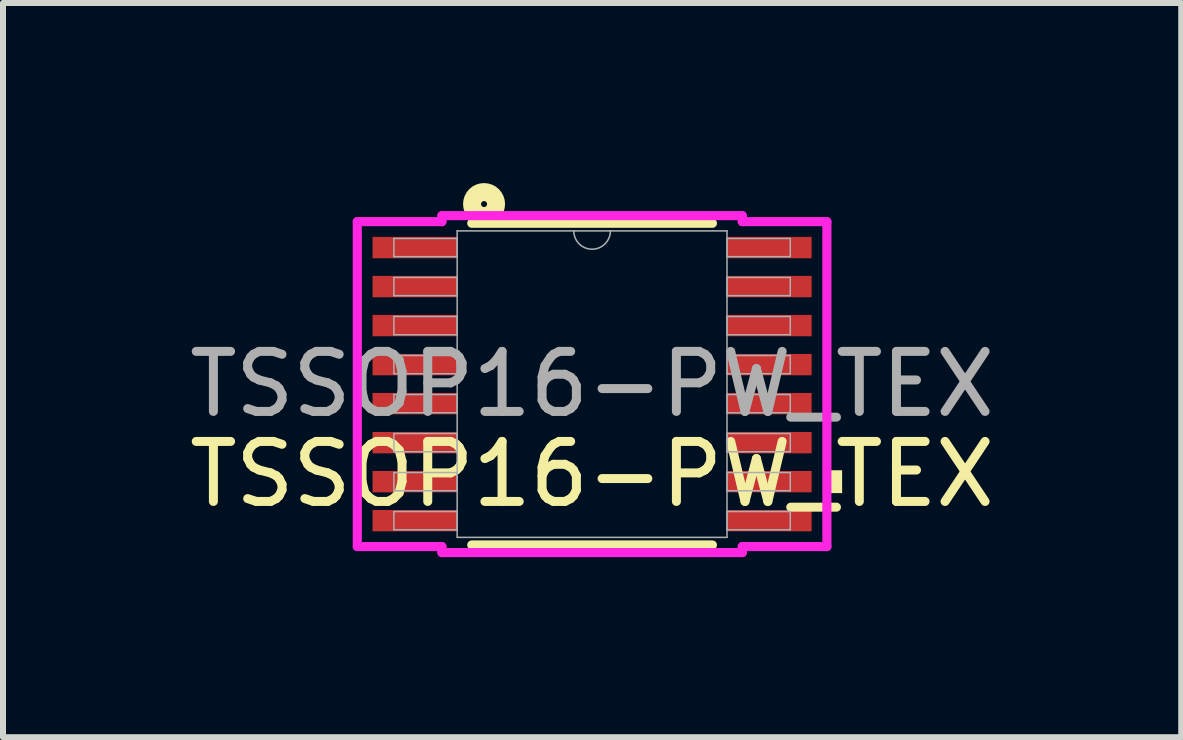
<source format=kicad_pcb>
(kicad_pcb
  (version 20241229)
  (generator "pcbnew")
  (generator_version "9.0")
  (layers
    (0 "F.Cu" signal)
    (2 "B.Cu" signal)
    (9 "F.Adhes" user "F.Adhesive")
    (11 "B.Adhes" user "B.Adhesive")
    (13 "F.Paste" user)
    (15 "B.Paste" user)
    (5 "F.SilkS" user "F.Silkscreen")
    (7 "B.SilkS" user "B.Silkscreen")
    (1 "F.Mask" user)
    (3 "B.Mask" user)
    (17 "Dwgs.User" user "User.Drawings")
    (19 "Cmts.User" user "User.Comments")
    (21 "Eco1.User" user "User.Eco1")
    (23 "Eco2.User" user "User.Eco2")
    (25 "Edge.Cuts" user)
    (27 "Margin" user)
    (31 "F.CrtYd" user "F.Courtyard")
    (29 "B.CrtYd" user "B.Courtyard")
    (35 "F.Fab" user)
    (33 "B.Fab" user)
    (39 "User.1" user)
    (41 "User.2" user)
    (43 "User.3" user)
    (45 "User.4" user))
  (footprint "TSSOP16-PW_TEX"
    (layer "F.Cu")
    (at 6.815 3.35)
    (property "Reference" "TSSOP16-PW_TEX" (at 0 1.5 0) (unlocked yes) (layer "F.SilkS") (effects (font (size 1 1) (thickness 0.15))))
    (attr smd)
    (fp_line (start -2.005 2.68) (end 2.005 2.68) (stroke (width 0.152) (type solid)) (layer "F.SilkS"))
    (fp_line (start 2.005 -2.68) (end -2.005 -2.68) (stroke (width 0.152) (type solid)) (layer "F.SilkS"))
    (fp_circle (center -1.8 -3) (end -1.6 -3) (stroke (width 0.3) (type default)) (fill no) (layer "F.SilkS"))
    (fp_poly (pts (xy 4.166 1.435) (xy 4.166 1.816) (xy 3.912 1.816) (xy 3.912 1.435)) (stroke (width 0) (type solid)) (fill yes) (layer "F.SilkS"))
    (fp_line (start -3.912 -2.707) (end -2.502 -2.707) (stroke (width 0.152) (type solid)) (layer "F.CrtYd"))
    (fp_line (start -3.912 2.707) (end -3.912 -2.707) (stroke (width 0.152) (type solid)) (layer "F.CrtYd"))
    (fp_line (start -3.912 2.707) (end -2.502 2.707) (stroke (width 0.152) (type solid)) (layer "F.CrtYd"))
    (fp_line (start -2.502 -2.807) (end 2.502 -2.807) (stroke (width 0.152) (type solid)) (layer "F.CrtYd"))
    (fp_line (start -2.502 -2.707) (end -2.502 -2.807) (stroke (width 0.152) (type solid)) (layer "F.CrtYd"))
    (fp_line (start -2.502 2.807) (end -2.502 2.707) (stroke (width 0.152) (type solid)) (layer "F.CrtYd"))
    (fp_line (start 2.502 -2.807) (end 2.502 -2.707) (stroke (width 0.152) (type solid)) (layer "F.CrtYd"))
    (fp_line (start 2.502 2.707) (end 2.502 2.807) (stroke (width 0.152) (type solid)) (layer "F.CrtYd"))
    (fp_line (start 2.502 2.807) (end -2.502 2.807) (stroke (width 0.152) (type solid)) (layer "F.CrtYd"))
    (fp_line (start 3.912 -2.707) (end 2.502 -2.707) (stroke (width 0.152) (type solid)) (layer "F.CrtYd"))
    (fp_line (start 3.912 -2.707) (end 3.912 2.707) (stroke (width 0.152) (type solid)) (layer "F.CrtYd"))
    (fp_line (start 3.912 2.707) (end 2.502 2.707) (stroke (width 0.152) (type solid)) (layer "F.CrtYd"))
    (fp_line (start -3.302 -2.427) (end -3.302 -2.123) (stroke (width 0.025) (type solid)) (layer "F.Fab"))
    (fp_line (start -3.302 -2.123) (end -2.248 -2.123) (stroke (width 0.025) (type solid)) (layer "F.Fab"))
    (fp_line (start -3.302 -1.777) (end -3.302 -1.473) (stroke (width 0.025) (type solid)) (layer "F.Fab"))
    (fp_line (start -3.302 -1.473) (end -2.248 -1.473) (stroke (width 0.025) (type solid)) (layer "F.Fab"))
    (fp_line (start -3.302 -1.127) (end -3.302 -0.823) (stroke (width 0.025) (type solid)) (layer "F.Fab"))
    (fp_line (start -3.302 -0.823) (end -2.248 -0.823) (stroke (width 0.025) (type solid)) (layer "F.Fab"))
    (fp_line (start -3.302 -0.477) (end -3.302 -0.173) (stroke (width 0.025) (type solid)) (layer "F.Fab"))
    (fp_line (start -3.302 -0.173) (end -2.248 -0.173) (stroke (width 0.025) (type solid)) (layer "F.Fab"))
    (fp_line (start -3.302 0.173) (end -3.302 0.477) (stroke (width 0.025) (type solid)) (layer "F.Fab"))
    (fp_line (start -3.302 0.477) (end -2.248 0.477) (stroke (width 0.025) (type solid)) (layer "F.Fab"))
    (fp_line (start -3.302 0.823) (end -3.302 1.127) (stroke (width 0.025) (type solid)) (layer "F.Fab"))
    (fp_line (start -3.302 1.127) (end -2.248 1.127) (stroke (width 0.025) (type solid)) (layer "F.Fab"))
    (fp_line (start -3.302 1.473) (end -3.302 1.777) (stroke (width 0.025) (type solid)) (layer "F.Fab"))
    (fp_line (start -3.302 1.777) (end -2.248 1.777) (stroke (width 0.025) (type solid)) (layer "F.Fab"))
    (fp_line (start -3.302 2.123) (end -3.302 2.427) (stroke (width 0.025) (type solid)) (layer "F.Fab"))
    (fp_line (start -3.302 2.427) (end -2.248 2.427) (stroke (width 0.025) (type solid)) (layer "F.Fab"))
    (fp_line (start -2.248 -2.553) (end -2.248 2.553) (stroke (width 0.025) (type solid)) (layer "F.Fab"))
    (fp_line (start -2.248 -2.427) (end -3.302 -2.427) (stroke (width 0.025) (type solid)) (layer "F.Fab"))
    (fp_line (start -2.248 -2.123) (end -2.248 -2.427) (stroke (width 0.025) (type solid)) (layer "F.Fab"))
    (fp_line (start -2.248 -1.777) (end -3.302 -1.777) (stroke (width 0.025) (type solid)) (layer "F.Fab"))
    (fp_line (start -2.248 -1.473) (end -2.248 -1.777) (stroke (width 0.025) (type solid)) (layer "F.Fab"))
    (fp_line (start -2.248 -1.127) (end -3.302 -1.127) (stroke (width 0.025) (type solid)) (layer "F.Fab"))
    (fp_line (start -2.248 -0.823) (end -2.248 -1.127) (stroke (width 0.025) (type solid)) (layer "F.Fab"))
    (fp_line (start -2.248 -0.477) (end -3.302 -0.477) (stroke (width 0.025) (type solid)) (layer "F.Fab"))
    (fp_line (start -2.248 -0.173) (end -2.248 -0.477) (stroke (width 0.025) (type solid)) (layer "F.Fab"))
    (fp_line (start -2.248 0.173) (end -3.302 0.173) (stroke (width 0.025) (type solid)) (layer "F.Fab"))
    (fp_line (start -2.248 0.477) (end -2.248 0.173) (stroke (width 0.025) (type solid)) (layer "F.Fab"))
    (fp_line (start -2.248 0.823) (end -3.302 0.823) (stroke (width 0.025) (type solid)) (layer "F.Fab"))
    (fp_line (start -2.248 1.127) (end -2.248 0.823) (stroke (width 0.025) (type solid)) (layer "F.Fab"))
    (fp_line (start -2.248 1.473) (end -3.302 1.473) (stroke (width 0.025) (type solid)) (layer "F.Fab"))
    (fp_line (start -2.248 1.777) (end -2.248 1.473) (stroke (width 0.025) (type solid)) (layer "F.Fab"))
    (fp_line (start -2.248 2.123) (end -3.302 2.123) (stroke (width 0.025) (type solid)) (layer "F.Fab"))
    (fp_line (start -2.248 2.427) (end -2.248 2.123) (stroke (width 0.025) (type solid)) (layer "F.Fab"))
    (fp_line (start -2.248 2.553) (end 2.248 2.553) (stroke (width 0.025) (type solid)) (layer "F.Fab"))
    (fp_line (start 2.248 -2.553) (end -2.248 -2.553) (stroke (width 0.025) (type solid)) (layer "F.Fab"))
    (fp_line (start 2.248 -2.427) (end 2.248 -2.123) (stroke (width 0.025) (type solid)) (layer "F.Fab"))
    (fp_line (start 2.248 -2.123) (end 3.302 -2.123) (stroke (width 0.025) (type solid)) (layer "F.Fab"))
    (fp_line (start 2.248 -1.777) (end 2.248 -1.473) (stroke (width 0.025) (type solid)) (layer "F.Fab"))
    (fp_line (start 2.248 -1.473) (end 3.302 -1.473) (stroke (width 0.025) (type solid)) (layer "F.Fab"))
    (fp_line (start 2.248 -1.127) (end 2.248 -0.823) (stroke (width 0.025) (type solid)) (layer "F.Fab"))
    (fp_line (start 2.248 -0.823) (end 3.302 -0.823) (stroke (width 0.025) (type solid)) (layer "F.Fab"))
    (fp_line (start 2.248 -0.477) (end 2.248 -0.173) (stroke (width 0.025) (type solid)) (layer "F.Fab"))
    (fp_line (start 2.248 -0.173) (end 3.302 -0.173) (stroke (width 0.025) (type solid)) (layer "F.Fab"))
    (fp_line (start 2.248 0.173) (end 2.248 0.477) (stroke (width 0.025) (type solid)) (layer "F.Fab"))
    (fp_line (start 2.248 0.477) (end 3.302 0.477) (stroke (width 0.025) (type solid)) (layer "F.Fab"))
    (fp_line (start 2.248 0.823) (end 2.248 1.127) (stroke (width 0.025) (type solid)) (layer "F.Fab"))
    (fp_line (start 2.248 1.127) (end 3.302 1.127) (stroke (width 0.025) (type solid)) (layer "F.Fab"))
    (fp_line (start 2.248 1.473) (end 2.248 1.777) (stroke (width 0.025) (type solid)) (layer "F.Fab"))
    (fp_line (start 2.248 1.777) (end 3.302 1.777) (stroke (width 0.025) (type solid)) (layer "F.Fab"))
    (fp_line (start 2.248 2.123) (end 2.248 2.427) (stroke (width 0.025) (type solid)) (layer "F.Fab"))
    (fp_line (start 2.248 2.427) (end 3.302 2.427) (stroke (width 0.025) (type solid)) (layer "F.Fab"))
    (fp_line (start 2.248 2.553) (end 2.248 -2.553) (stroke (width 0.025) (type solid)) (layer "F.Fab"))
    (fp_line (start 3.302 -2.427) (end 2.248 -2.427) (stroke (width 0.025) (type solid)) (layer "F.Fab"))
    (fp_line (start 3.302 -2.123) (end 3.302 -2.427) (stroke (width 0.025) (type solid)) (layer "F.Fab"))
    (fp_line (start 3.302 -1.777) (end 2.248 -1.777) (stroke (width 0.025) (type solid)) (layer "F.Fab"))
    (fp_line (start 3.302 -1.473) (end 3.302 -1.777) (stroke (width 0.025) (type solid)) (layer "F.Fab"))
    (fp_line (start 3.302 -1.127) (end 2.248 -1.127) (stroke (width 0.025) (type solid)) (layer "F.Fab"))
    (fp_line (start 3.302 -0.823) (end 3.302 -1.127) (stroke (width 0.025) (type solid)) (layer "F.Fab"))
    (fp_line (start 3.302 -0.477) (end 2.248 -0.477) (stroke (width 0.025) (type solid)) (layer "F.Fab"))
    (fp_line (start 3.302 -0.173) (end 3.302 -0.477) (stroke (width 0.025) (type solid)) (layer "F.Fab"))
    (fp_line (start 3.302 0.173) (end 2.248 0.173) (stroke (width 0.025) (type solid)) (layer "F.Fab"))
    (fp_line (start 3.302 0.477) (end 3.302 0.173) (stroke (width 0.025) (type solid)) (layer "F.Fab"))
    (fp_line (start 3.302 0.823) (end 2.248 0.823) (stroke (width 0.025) (type solid)) (layer "F.Fab"))
    (fp_line (start 3.302 1.127) (end 3.302 0.823) (stroke (width 0.025) (type solid)) (layer "F.Fab"))
    (fp_line (start 3.302 1.473) (end 2.248 1.473) (stroke (width 0.025) (type solid)) (layer "F.Fab"))
    (fp_line (start 3.302 1.777) (end 3.302 1.473) (stroke (width 0.025) (type solid)) (layer "F.Fab"))
    (fp_line (start 3.302 2.123) (end 2.248 2.123) (stroke (width 0.025) (type solid)) (layer "F.Fab"))
    (fp_line (start 3.302 2.427) (end 3.302 2.123) (stroke (width 0.025) (type solid)) (layer "F.Fab"))
    (fp_arc (start 0.3048 -2.5527) (mid 0 -2.2479) (end -0.3048 -2.5527) (stroke (width 0.0254) (type solid)) (layer "F.Fab"))
    (fp_text user "${REFERENCE}" (at 0 0 0) (unlocked yes) (layer "F.Fab") (effects (font (size 1 1) (thickness 0.15))))
    (pad "1" smd rect (at -2.953 -2.275) (size 1.41 0.356) (layers "F.Cu" "F.Mask" "F.Paste"))
    (pad "2" smd rect (at -2.953 -1.625) (size 1.41 0.356) (layers "F.Cu" "F.Mask" "F.Paste"))
    (pad "3" smd rect (at -2.953 -0.975) (size 1.41 0.356) (layers "F.Cu" "F.Mask" "F.Paste"))
    (pad "4" smd rect (at -2.953 -0.325) (size 1.41 0.356) (layers "F.Cu" "F.Mask" "F.Paste"))
    (pad "5" smd rect (at -2.953 0.325) (size 1.41 0.356) (layers "F.Cu" "F.Mask" "F.Paste"))
    (pad "6" smd rect (at -2.953 0.975) (size 1.41 0.356) (layers "F.Cu" "F.Mask" "F.Paste"))
    (pad "7" smd rect (at -2.953 1.625) (size 1.41 0.356) (layers "F.Cu" "F.Mask" "F.Paste"))
    (pad "8" smd rect (at -2.953 2.275) (size 1.41 0.356) (layers "F.Cu" "F.Mask" "F.Paste"))
    (pad "9" smd rect (at 2.953 2.275) (size 1.41 0.356) (layers "F.Cu" "F.Mask" "F.Paste"))
    (pad "10" smd rect (at 2.953 1.625) (size 1.41 0.356) (layers "F.Cu" "F.Mask" "F.Paste"))
    (pad "11" smd rect (at 2.953 0.975) (size 1.41 0.356) (layers "F.Cu" "F.Mask" "F.Paste"))
    (pad "12" smd rect (at 2.953 0.325) (size 1.41 0.356) (layers "F.Cu" "F.Mask" "F.Paste"))
    (pad "13" smd rect (at 2.953 -0.325) (size 1.41 0.356) (layers "F.Cu" "F.Mask" "F.Paste"))
    (pad "14" smd rect (at 2.953 -0.975) (size 1.41 0.356) (layers "F.Cu" "F.Mask" "F.Paste"))
    (pad "15" smd rect (at 2.953 -1.625) (size 1.41 0.356) (layers "F.Cu" "F.Mask" "F.Paste"))
    (pad "16" smd rect (at 2.953 -2.275) (size 1.41 0.356) (layers "F.Cu" "F.Mask" "F.Paste")))
  (gr_rect
    (start -3 -3)
    (end 16.631 9.233)
    (stroke (width 0.1) (type default))
    (fill no)
    (layer "Edge.Cuts")))
</source>
